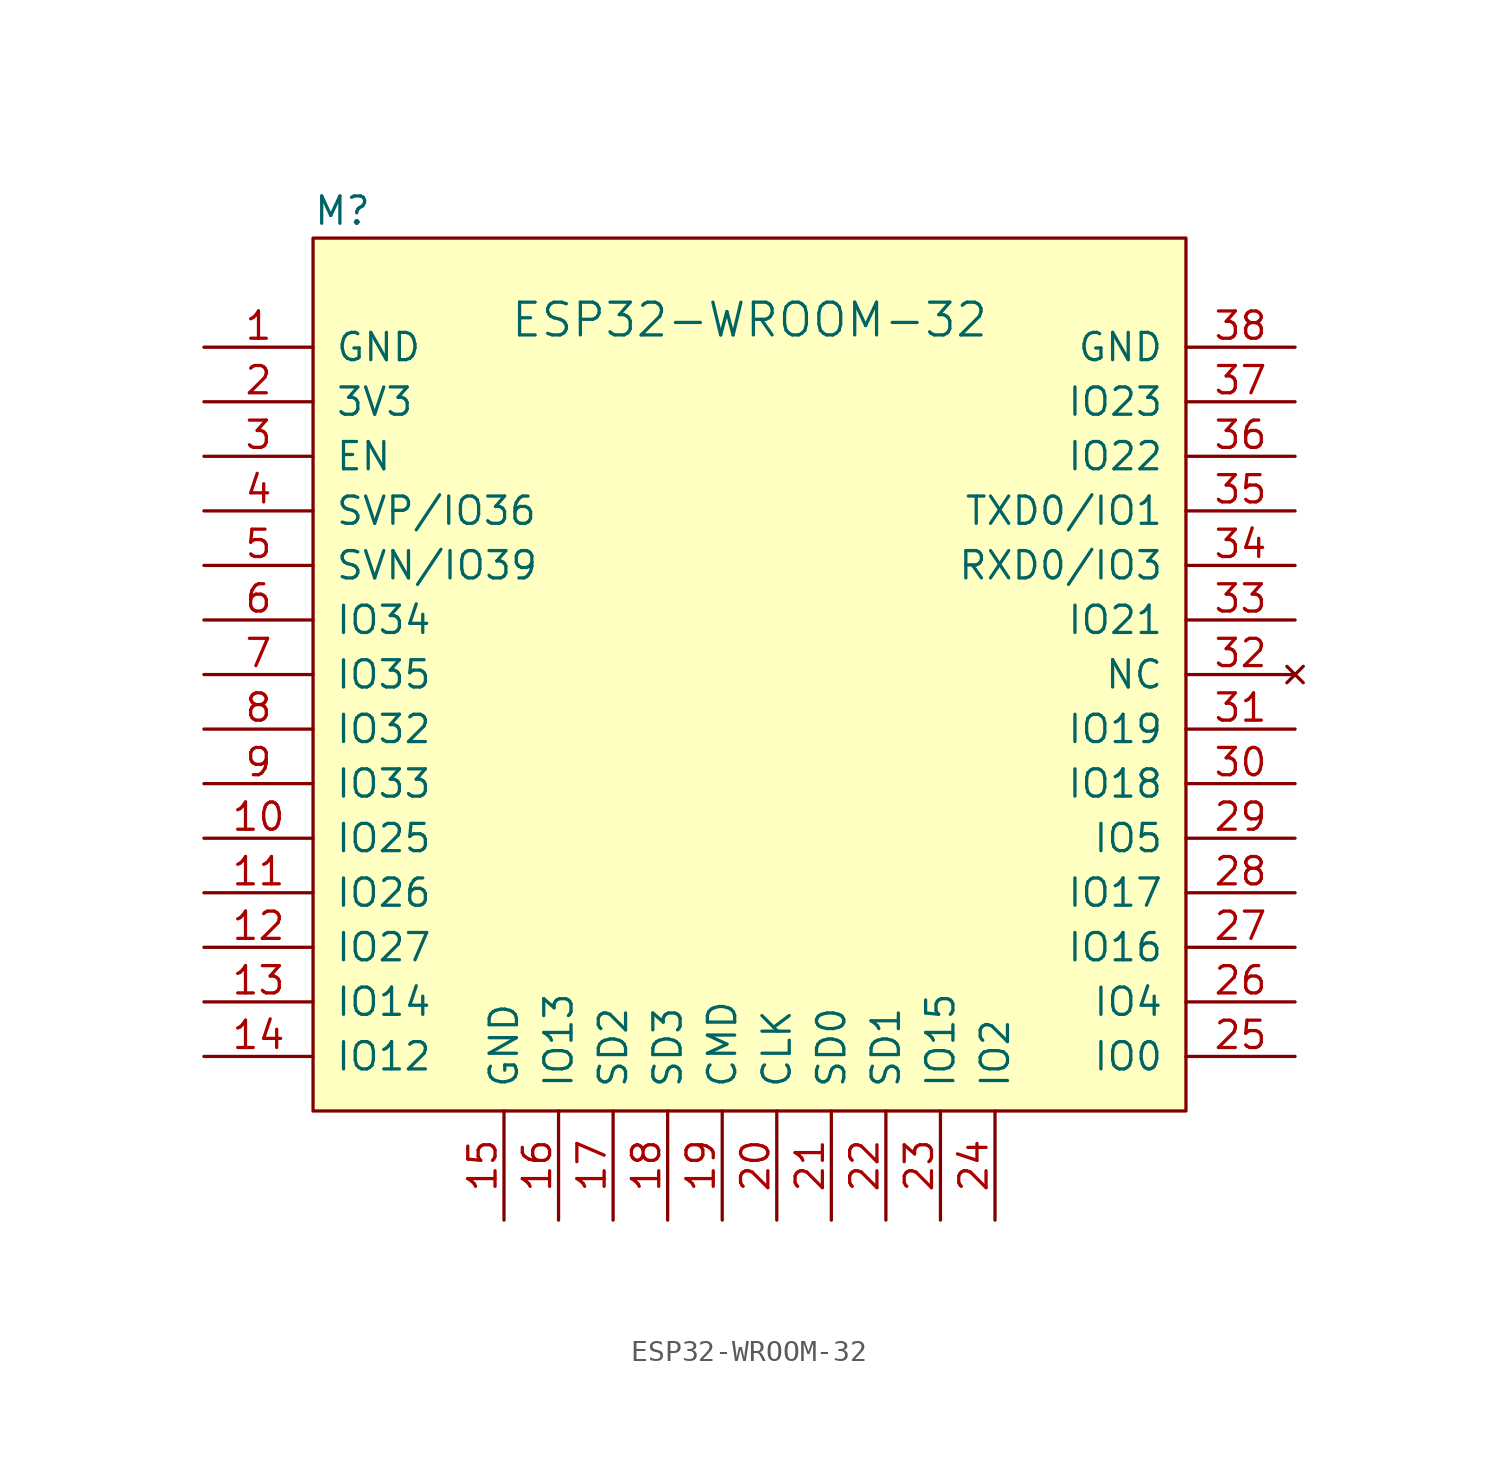
<source format=kicad_sym>
(kicad_symbol_lib
  (version 20220914)
  (generator kicad_symbol_editor)
  (symbol "ESP32-WROOM-32"
    (pin_names
      (offset 1.016))
    (property "Reference" "M"
      (at -20.32 21.59 0)
      (effects (font (size 1.27 1.27)) (justify left)))
    (property "Value" "ESP32-WROOM-32"
      (at 0 16.51 0)
      (effects (font (size 1.524 1.524))))
    (symbol "ESP32-WROOM-32_0_1"
      (rectangle (start -20.32 20.32) (end 20.32 -20.32) (stroke (width 0) (type default)) (fill (type background))))
    (symbol "ESP32-WROOM-32_1_1"
      (pin power_in line (at -25.4 15.24 0) (length 5.08) (name "GND" (effects (font (size 1.27 1.27)))) (number "1" (effects (font (size 1.27 1.27)))))
      (pin bidirectional line (at -25.4 -7.62 0) (length 5.08) (name "IO25" (effects (font (size 1.27 1.27)))) (number "10" (effects (font (size 1.27 1.27)))))
      (pin bidirectional line (at -25.4 -10.16 0) (length 5.08) (name "IO26" (effects (font (size 1.27 1.27)))) (number "11" (effects (font (size 1.27 1.27)))))
      (pin bidirectional line (at -25.4 -12.7 0) (length 5.08) (name "IO27" (effects (font (size 1.27 1.27)))) (number "12" (effects (font (size 1.27 1.27)))))
      (pin bidirectional line (at -25.4 -15.24 0) (length 5.08) (name "IO14" (effects (font (size 1.27 1.27)))) (number "13" (effects (font (size 1.27 1.27)))))
      (pin bidirectional line (at -25.4 -17.78 0) (length 5.08) (name "IO12" (effects (font (size 1.27 1.27)))) (number "14" (effects (font (size 1.27 1.27)))))
      (pin power_in line (at -11.43 -25.4 90) (length 5.08) (name "GND" (effects (font (size 1.27 1.27)))) (number "15" (effects (font (size 1.27 1.27)))))
      (pin bidirectional line (at -8.89 -25.4 90) (length 5.08) (name "IO13" (effects (font (size 1.27 1.27)))) (number "16" (effects (font (size 1.27 1.27)))))
      (pin bidirectional line (at -6.35 -25.4 90) (length 5.08) (name "SD2" (effects (font (size 1.27 1.27)))) (number "17" (effects (font (size 1.27 1.27)))))
      (pin bidirectional line (at -3.81 -25.4 90) (length 5.08) (name "SD3" (effects (font (size 1.27 1.27)))) (number "18" (effects (font (size 1.27 1.27)))))
      (pin bidirectional line (at -1.27 -25.4 90) (length 5.08) (name "CMD" (effects (font (size 1.27 1.27)))) (number "19" (effects (font (size 1.27 1.27)))))
      (pin power_in line (at -25.4 12.7 0) (length 5.08) (name "3V3" (effects (font (size 1.27 1.27)))) (number "2" (effects (font (size 1.27 1.27)))))
      (pin bidirectional line (at 1.27 -25.4 90) (length 5.08) (name "CLK" (effects (font (size 1.27 1.27)))) (number "20" (effects (font (size 1.27 1.27)))))
      (pin bidirectional line (at 3.81 -25.4 90) (length 5.08) (name "SD0" (effects (font (size 1.27 1.27)))) (number "21" (effects (font (size 1.27 1.27)))))
      (pin bidirectional line (at 6.35 -25.4 90) (length 5.08) (name "SD1" (effects (font (size 1.27 1.27)))) (number "22" (effects (font (size 1.27 1.27)))))
      (pin bidirectional line (at 8.89 -25.4 90) (length 5.08) (name "IO15" (effects (font (size 1.27 1.27)))) (number "23" (effects (font (size 1.27 1.27)))))
      (pin bidirectional line (at 11.43 -25.4 90) (length 5.08) (name "IO2" (effects (font (size 1.27 1.27)))) (number "24" (effects (font (size 1.27 1.27)))))
      (pin bidirectional line (at 25.4 -17.78 180) (length 5.08) (name "IO0" (effects (font (size 1.27 1.27)))) (number "25" (effects (font (size 1.27 1.27)))))
      (pin bidirectional line (at 25.4 -15.24 180) (length 5.08) (name "IO4" (effects (font (size 1.27 1.27)))) (number "26" (effects (font (size 1.27 1.27)))))
      (pin bidirectional line (at 25.4 -12.7 180) (length 5.08) (name "IO16" (effects (font (size 1.27 1.27)))) (number "27" (effects (font (size 1.27 1.27)))))
      (pin bidirectional line (at 25.4 -10.16 180) (length 5.08) (name "IO17" (effects (font (size 1.27 1.27)))) (number "28" (effects (font (size 1.27 1.27)))))
      (pin bidirectional line (at 25.4 -7.62 180) (length 5.08) (name "IO5" (effects (font (size 1.27 1.27)))) (number "29" (effects (font (size 1.27 1.27)))))
      (pin input line (at -25.4 10.16 0) (length 5.08) (name "EN" (effects (font (size 1.27 1.27)))) (number "3" (effects (font (size 1.27 1.27)))))
      (pin bidirectional line (at 25.4 -5.08 180) (length 5.08) (name "IO18" (effects (font (size 1.27 1.27)))) (number "30" (effects (font (size 1.27 1.27)))))
      (pin bidirectional line (at 25.4 -2.54 180) (length 5.08) (name "IO19" (effects (font (size 1.27 1.27)))) (number "31" (effects (font (size 1.27 1.27)))))
      (pin no_connect line (at 25.4 0 180) (length 5.08) (name "NC" (effects (font (size 1.27 1.27)))) (number "32" (effects (font (size 1.27 1.27)))))
      (pin bidirectional line (at 25.4 2.54 180) (length 5.08) (name "IO21" (effects (font (size 1.27 1.27)))) (number "33" (effects (font (size 1.27 1.27)))))
      (pin input line (at 25.4 5.08 180) (length 5.08) (name "RXD0/IO3" (effects (font (size 1.27 1.27)))) (number "34" (effects (font (size 1.27 1.27)))))
      (pin output line (at 25.4 7.62 180) (length 5.08) (name "TXD0/IO1" (effects (font (size 1.27 1.27)))) (number "35" (effects (font (size 1.27 1.27)))))
      (pin bidirectional line (at 25.4 10.16 180) (length 5.08) (name "IO22" (effects (font (size 1.27 1.27)))) (number "36" (effects (font (size 1.27 1.27)))))
      (pin bidirectional line (at 25.4 12.7 180) (length 5.08) (name "IO23" (effects (font (size 1.27 1.27)))) (number "37" (effects (font (size 1.27 1.27)))))
      (pin power_in line (at 25.4 15.24 180) (length 5.08) (name "GND" (effects (font (size 1.27 1.27)))) (number "38" (effects (font (size 1.27 1.27)))))
      (pin power_in line (at -11.43 -25.4 90) (length 5.08) hide (name "GND" (effects (font (size 1.27 1.27)))) (number "39" (effects (font (size 1.27 1.27)))))
      (pin input line (at -25.4 7.62 0) (length 5.08) (name "SVP/IO36" (effects (font (size 1.27 1.27)))) (number "4" (effects (font (size 1.27 1.27)))))
      (pin input line (at -25.4 5.08 0) (length 5.08) (name "SVN/IO39" (effects (font (size 1.27 1.27)))) (number "5" (effects (font (size 1.27 1.27)))))
      (pin bidirectional line (at -25.4 2.54 0) (length 5.08) (name "IO34" (effects (font (size 1.27 1.27)))) (number "6" (effects (font (size 1.27 1.27)))))
      (pin bidirectional line (at -25.4 0 0) (length 5.08) (name "IO35" (effects (font (size 1.27 1.27)))) (number "7" (effects (font (size 1.27 1.27)))))
      (pin bidirectional line (at -25.4 -2.54 0) (length 5.08) (name "IO32" (effects (font (size 1.27 1.27)))) (number "8" (effects (font (size 1.27 1.27)))))
      (pin bidirectional line (at -25.4 -5.08 0) (length 5.08) (name "IO33" (effects (font (size 1.27 1.27)))) (number "9" (effects (font (size 1.27 1.27))))))))
</source>
